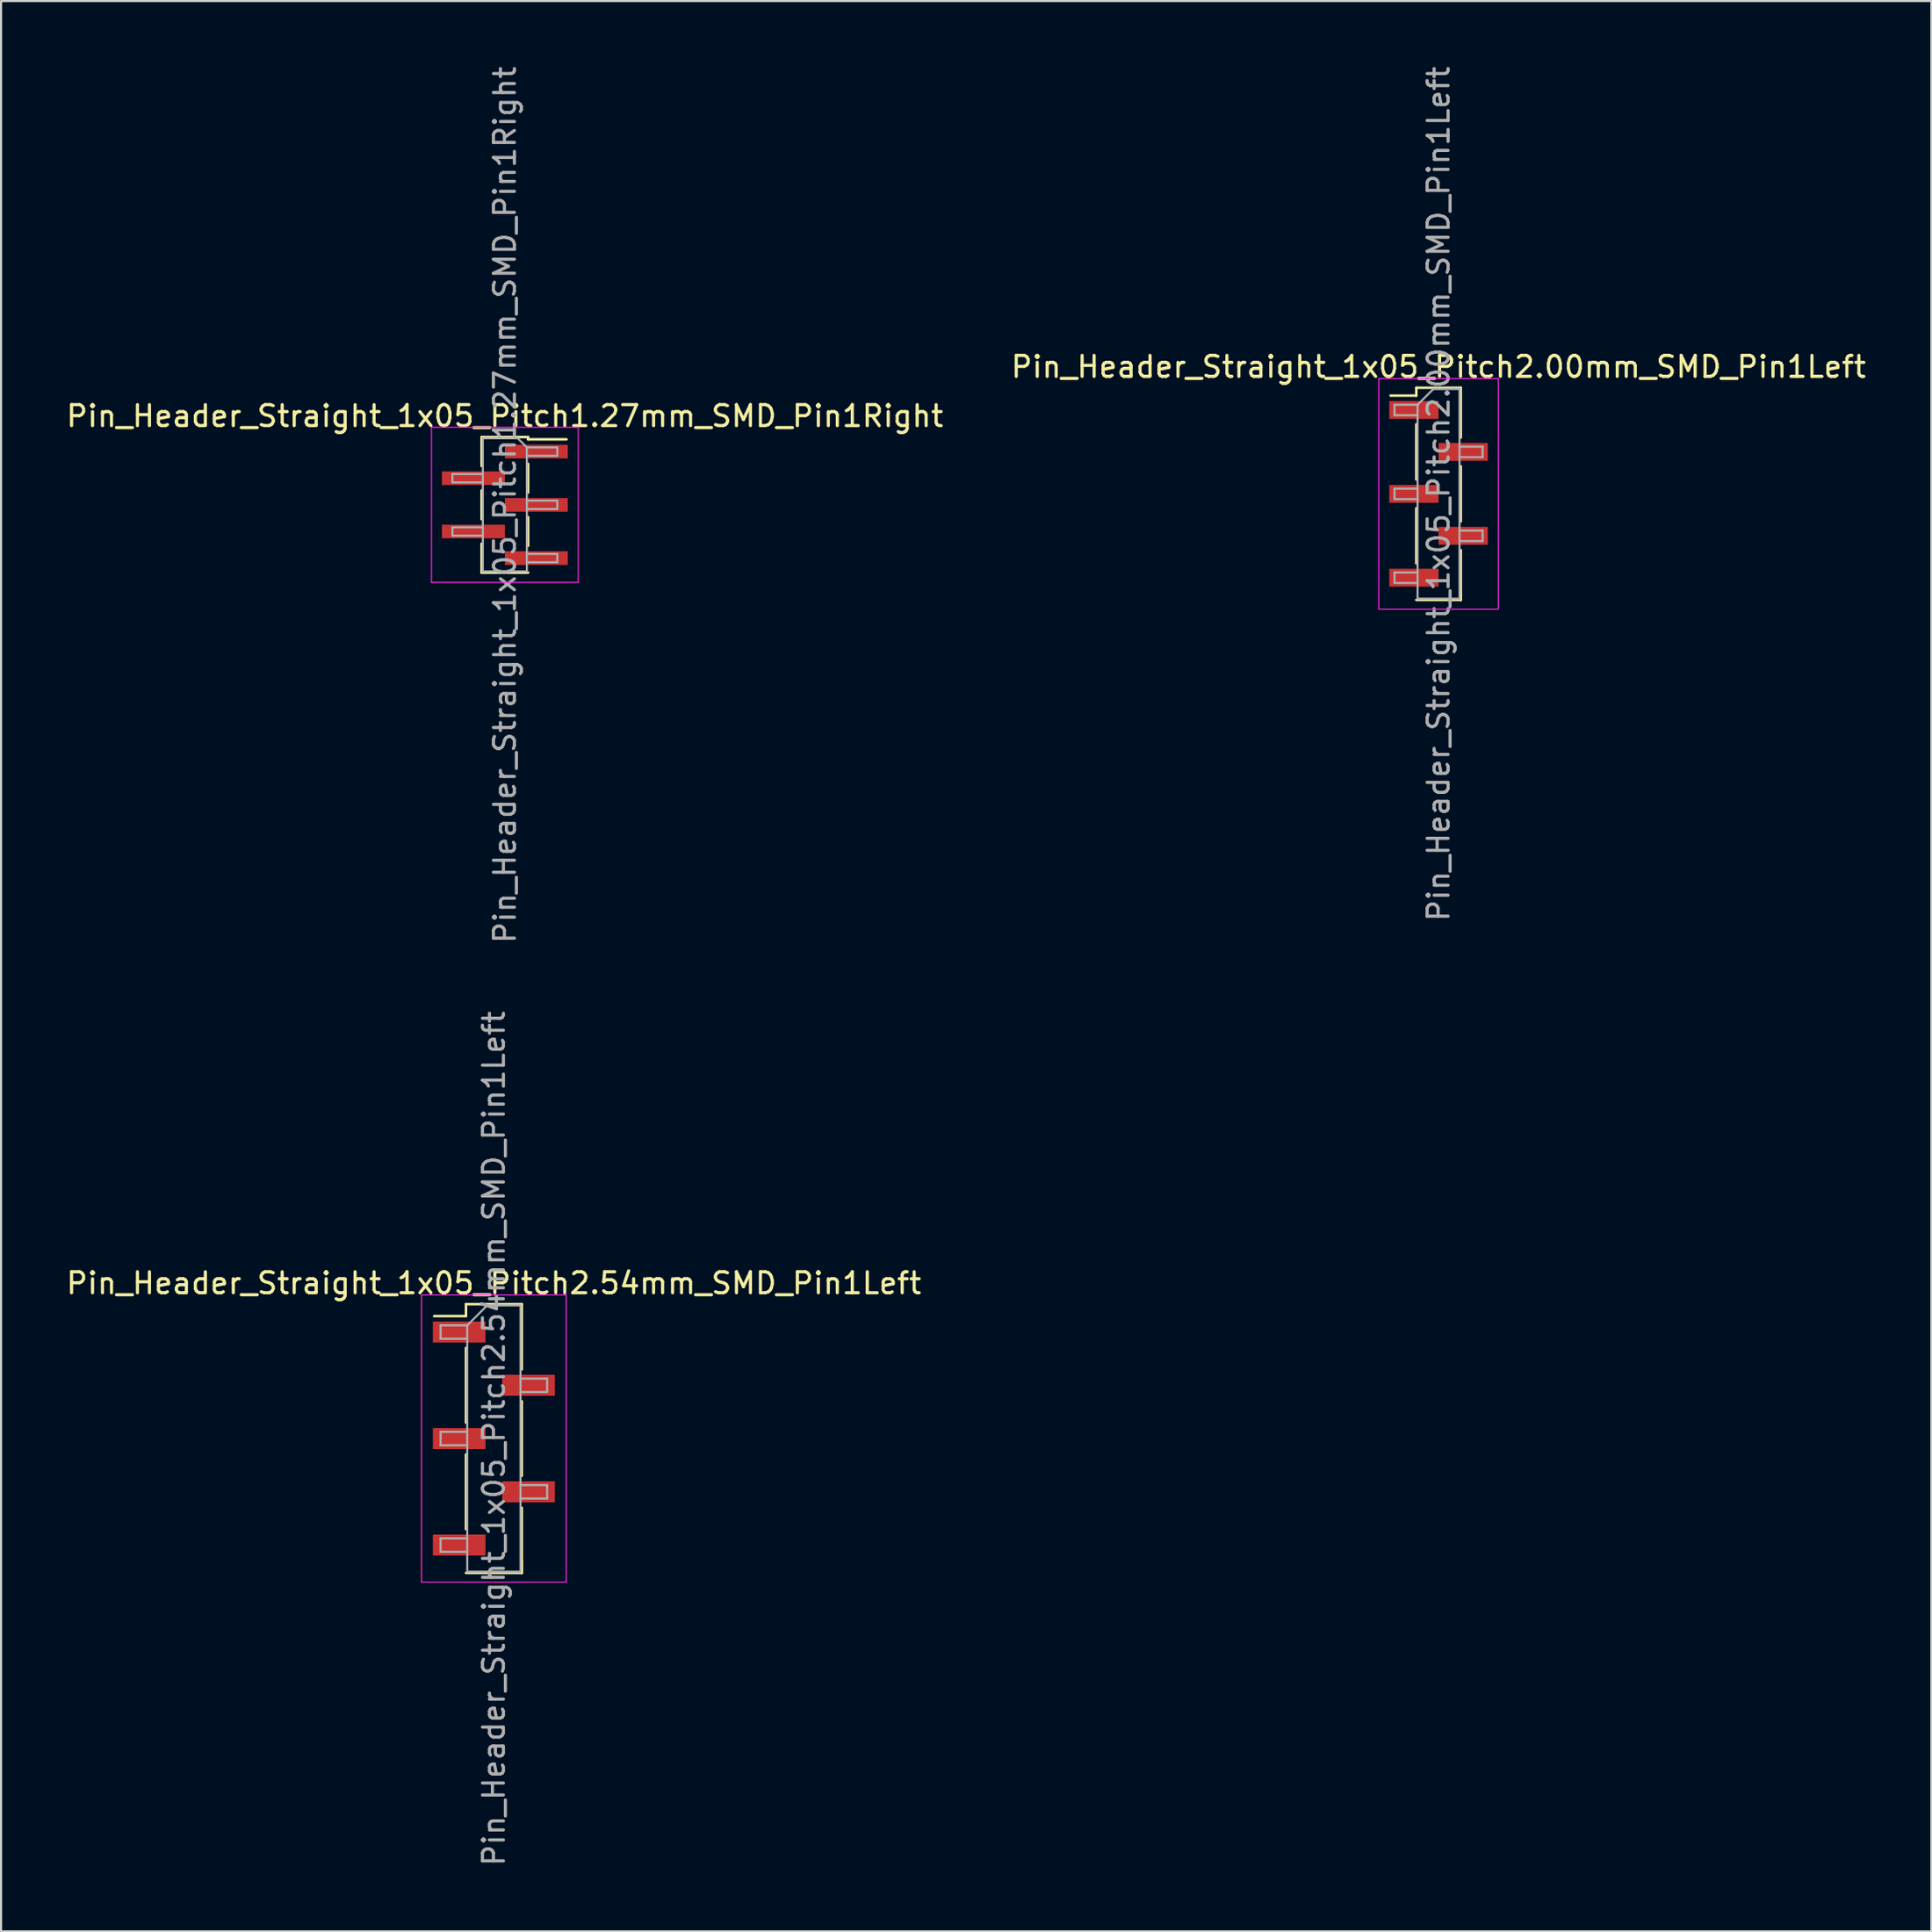
<source format=kicad_pcb>
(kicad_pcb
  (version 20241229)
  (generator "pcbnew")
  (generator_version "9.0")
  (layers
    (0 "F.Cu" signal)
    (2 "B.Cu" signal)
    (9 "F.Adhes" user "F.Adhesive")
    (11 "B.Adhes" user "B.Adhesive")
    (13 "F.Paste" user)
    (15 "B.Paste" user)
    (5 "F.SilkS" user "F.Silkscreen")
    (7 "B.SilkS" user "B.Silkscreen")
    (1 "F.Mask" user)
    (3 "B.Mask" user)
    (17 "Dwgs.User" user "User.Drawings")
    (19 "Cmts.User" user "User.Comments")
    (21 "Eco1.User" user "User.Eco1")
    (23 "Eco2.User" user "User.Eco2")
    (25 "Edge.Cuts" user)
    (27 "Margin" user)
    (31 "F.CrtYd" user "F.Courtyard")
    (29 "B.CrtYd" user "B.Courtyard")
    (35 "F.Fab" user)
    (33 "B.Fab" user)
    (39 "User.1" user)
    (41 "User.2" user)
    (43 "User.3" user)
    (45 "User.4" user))
  (footprint "Pin_Header_Straight_1x05_Pitch2.00mm_SMD_Pin1Left"
    (layer "F.Cu")
    (at 65.565 20.506)
    (property "Reference" "Pin_Header_Straight_1x05_Pitch2.00mm_SMD_Pin1Left" (at 0 -6.06 0) (layer "F.SilkS") (effects (font (size 1 1) (thickness 0.15))))
    (attr smd)
    (fp_line (start -1.06 -5.06) (end -1.06 -4.685) (stroke (width 0.12) (type solid)) (layer "F.SilkS"))
    (fp_line (start -1.06 -5.06) (end 1.06 -5.06) (stroke (width 0.12) (type solid)) (layer "F.SilkS"))
    (fp_line (start -1.06 -4.685) (end -2.29 -4.685) (stroke (width 0.12) (type solid)) (layer "F.SilkS"))
    (fp_line (start -1.06 -3.315) (end -1.06 -0.685) (stroke (width 0.12) (type solid)) (layer "F.SilkS"))
    (fp_line (start -1.06 0.685) (end -1.06 3.315) (stroke (width 0.12) (type solid)) (layer "F.SilkS"))
    (fp_line (start -1.06 5.06) (end 1.06 5.06) (stroke (width 0.12) (type solid)) (layer "F.SilkS"))
    (fp_line (start 1.06 -5.06) (end 1.06 -2.685) (stroke (width 0.12) (type solid)) (layer "F.SilkS"))
    (fp_line (start 1.06 -1.315) (end 1.06 1.315) (stroke (width 0.12) (type solid)) (layer "F.SilkS"))
    (fp_line (start 1.06 2.685) (end 1.06 5.06) (stroke (width 0.12) (type solid)) (layer "F.SilkS"))
    (fp_line (start 1.06 4.685) (end 1.06 5.06) (stroke (width 0.12) (type solid)) (layer "F.SilkS"))
    (fp_line (start -2.85 -5.5) (end -2.85 5.5) (stroke (width 0.05) (type solid)) (layer "F.CrtYd"))
    (fp_line (start -2.85 5.5) (end 2.85 5.5) (stroke (width 0.05) (type solid)) (layer "F.CrtYd"))
    (fp_line (start 2.85 -5.5) (end -2.85 -5.5) (stroke (width 0.05) (type solid)) (layer "F.CrtYd"))
    (fp_line (start 2.85 5.5) (end 2.85 -5.5) (stroke (width 0.05) (type solid)) (layer "F.CrtYd"))
    (fp_line (start -2.1 -4.25) (end -2.1 -3.75) (stroke (width 0.1) (type solid)) (layer "F.Fab"))
    (fp_line (start -2.1 -3.75) (end -1 -3.75) (stroke (width 0.1) (type solid)) (layer "F.Fab"))
    (fp_line (start -2.1 -0.25) (end -2.1 0.25) (stroke (width 0.1) (type solid)) (layer "F.Fab"))
    (fp_line (start -2.1 0.25) (end -1 0.25) (stroke (width 0.1) (type solid)) (layer "F.Fab"))
    (fp_line (start -2.1 3.75) (end -2.1 4.25) (stroke (width 0.1) (type solid)) (layer "F.Fab"))
    (fp_line (start -2.1 4.25) (end -1 4.25) (stroke (width 0.1) (type solid)) (layer "F.Fab"))
    (fp_line (start -1 -4.25) (end -2.1 -4.25) (stroke (width 0.1) (type solid)) (layer "F.Fab"))
    (fp_line (start -1 -4.25) (end -0.25 -5) (stroke (width 0.1) (type solid)) (layer "F.Fab"))
    (fp_line (start -1 -0.25) (end -2.1 -0.25) (stroke (width 0.1) (type solid)) (layer "F.Fab"))
    (fp_line (start -1 3.75) (end -2.1 3.75) (stroke (width 0.1) (type solid)) (layer "F.Fab"))
    (fp_line (start -1 5) (end -1 -4.25) (stroke (width 0.1) (type solid)) (layer "F.Fab"))
    (fp_line (start -0.25 -5) (end 1 -5) (stroke (width 0.1) (type solid)) (layer "F.Fab"))
    (fp_line (start 1 -5) (end 1 5) (stroke (width 0.1) (type solid)) (layer "F.Fab"))
    (fp_line (start 1 -2.25) (end 2.1 -2.25) (stroke (width 0.1) (type solid)) (layer "F.Fab"))
    (fp_line (start 1 1.75) (end 2.1 1.75) (stroke (width 0.1) (type solid)) (layer "F.Fab"))
    (fp_line (start 1 5) (end -1 5) (stroke (width 0.1) (type solid)) (layer "F.Fab"))
    (fp_line (start 2.1 -2.25) (end 2.1 -1.75) (stroke (width 0.1) (type solid)) (layer "F.Fab"))
    (fp_line (start 2.1 -1.75) (end 1 -1.75) (stroke (width 0.1) (type solid)) (layer "F.Fab"))
    (fp_line (start 2.1 1.75) (end 2.1 2.25) (stroke (width 0.1) (type solid)) (layer "F.Fab"))
    (fp_line (start 2.1 2.25) (end 1 2.25) (stroke (width 0.1) (type solid)) (layer "F.Fab"))
    (fp_text user "${REFERENCE}" (at 0 0 90) (layer "F.Fab") (effects (font (size 1 1) (thickness 0.15))))
    (pad "1" smd rect (at -1.175 -4) (size 2.35 0.85) (layers "F.Cu" "F.Mask" "F.Paste"))
    (pad "2" smd rect (at 1.175 -2) (size 2.35 0.85) (layers "F.Cu" "F.Mask" "F.Paste"))
    (pad "3" smd rect (at -1.175 0) (size 2.35 0.85) (layers "F.Cu" "F.Mask" "F.Paste"))
    (pad "4" smd rect (at 1.175 2) (size 2.35 0.85) (layers "F.Cu" "F.Mask" "F.Paste"))
    (pad "5" smd rect (at -1.175 4) (size 2.35 0.85) (layers "F.Cu" "F.Mask" "F.Paste")))
  (footprint "Pin_Header_Straight_1x05_Pitch2.54mm_SMD_Pin1Left"
    (layer "F.Cu")
    (at 20.506 65.565)
    (property "Reference" "Pin_Header_Straight_1x05_Pitch2.54mm_SMD_Pin1Left" (at 0 -7.41 0) (layer "F.SilkS") (effects (font (size 1 1) (thickness 0.15))))
    (attr smd)
    (fp_line (start -1.33 -6.41) (end -1.33 -5.84) (stroke (width 0.12) (type solid)) (layer "F.SilkS"))
    (fp_line (start -1.33 -6.41) (end 1.33 -6.41) (stroke (width 0.12) (type solid)) (layer "F.SilkS"))
    (fp_line (start -1.33 -5.84) (end -2.85 -5.84) (stroke (width 0.12) (type solid)) (layer "F.SilkS"))
    (fp_line (start -1.33 -4.32) (end -1.33 -0.76) (stroke (width 0.12) (type solid)) (layer "F.SilkS"))
    (fp_line (start -1.33 0.76) (end -1.33 4.32) (stroke (width 0.12) (type solid)) (layer "F.SilkS"))
    (fp_line (start -1.33 6.41) (end 1.33 6.41) (stroke (width 0.12) (type solid)) (layer "F.SilkS"))
    (fp_line (start 1.33 -6.41) (end 1.33 -3.3) (stroke (width 0.12) (type solid)) (layer "F.SilkS"))
    (fp_line (start 1.33 -1.78) (end 1.33 1.78) (stroke (width 0.12) (type solid)) (layer "F.SilkS"))
    (fp_line (start 1.33 3.3) (end 1.33 6.41) (stroke (width 0.12) (type solid)) (layer "F.SilkS"))
    (fp_line (start 1.33 5.84) (end 1.33 6.41) (stroke (width 0.12) (type solid)) (layer "F.SilkS"))
    (fp_line (start -3.45 -6.85) (end -3.45 6.85) (stroke (width 0.05) (type solid)) (layer "F.CrtYd"))
    (fp_line (start -3.45 6.85) (end 3.45 6.85) (stroke (width 0.05) (type solid)) (layer "F.CrtYd"))
    (fp_line (start 3.45 -6.85) (end -3.45 -6.85) (stroke (width 0.05) (type solid)) (layer "F.CrtYd"))
    (fp_line (start 3.45 6.85) (end 3.45 -6.85) (stroke (width 0.05) (type solid)) (layer "F.CrtYd"))
    (fp_line (start -2.54 -5.4) (end -2.54 -4.76) (stroke (width 0.1) (type solid)) (layer "F.Fab"))
    (fp_line (start -2.54 -4.76) (end -1.27 -4.76) (stroke (width 0.1) (type solid)) (layer "F.Fab"))
    (fp_line (start -2.54 -0.32) (end -2.54 0.32) (stroke (width 0.1) (type solid)) (layer "F.Fab"))
    (fp_line (start -2.54 0.32) (end -1.27 0.32) (stroke (width 0.1) (type solid)) (layer "F.Fab"))
    (fp_line (start -2.54 4.76) (end -2.54 5.4) (stroke (width 0.1) (type solid)) (layer "F.Fab"))
    (fp_line (start -2.54 5.4) (end -1.27 5.4) (stroke (width 0.1) (type solid)) (layer "F.Fab"))
    (fp_line (start -1.27 -5.4) (end -2.54 -5.4) (stroke (width 0.1) (type solid)) (layer "F.Fab"))
    (fp_line (start -1.27 -5.4) (end -0.32 -6.35) (stroke (width 0.1) (type solid)) (layer "F.Fab"))
    (fp_line (start -1.27 -0.32) (end -2.54 -0.32) (stroke (width 0.1) (type solid)) (layer "F.Fab"))
    (fp_line (start -1.27 4.76) (end -2.54 4.76) (stroke (width 0.1) (type solid)) (layer "F.Fab"))
    (fp_line (start -1.27 6.35) (end -1.27 -5.4) (stroke (width 0.1) (type solid)) (layer "F.Fab"))
    (fp_line (start -0.32 -6.35) (end 1.27 -6.35) (stroke (width 0.1) (type solid)) (layer "F.Fab"))
    (fp_line (start 1.27 -6.35) (end 1.27 6.35) (stroke (width 0.1) (type solid)) (layer "F.Fab"))
    (fp_line (start 1.27 -2.86) (end 2.54 -2.86) (stroke (width 0.1) (type solid)) (layer "F.Fab"))
    (fp_line (start 1.27 2.22) (end 2.54 2.22) (stroke (width 0.1) (type solid)) (layer "F.Fab"))
    (fp_line (start 1.27 6.35) (end -1.27 6.35) (stroke (width 0.1) (type solid)) (layer "F.Fab"))
    (fp_line (start 2.54 -2.86) (end 2.54 -2.22) (stroke (width 0.1) (type solid)) (layer "F.Fab"))
    (fp_line (start 2.54 -2.22) (end 1.27 -2.22) (stroke (width 0.1) (type solid)) (layer "F.Fab"))
    (fp_line (start 2.54 2.22) (end 2.54 2.86) (stroke (width 0.1) (type solid)) (layer "F.Fab"))
    (fp_line (start 2.54 2.86) (end 1.27 2.86) (stroke (width 0.1) (type solid)) (layer "F.Fab"))
    (fp_text user "${REFERENCE}" (at 0 0 90) (layer "F.Fab") (effects (font (size 1 1) (thickness 0.15))))
    (pad "1" smd rect (at -1.655 -5.08) (size 2.51 1) (layers "F.Cu" "F.Mask" "F.Paste"))
    (pad "2" smd rect (at 1.655 -2.54) (size 2.51 1) (layers "F.Cu" "F.Mask" "F.Paste"))
    (pad "3" smd rect (at -1.655 0) (size 2.51 1) (layers "F.Cu" "F.Mask" "F.Paste"))
    (pad "4" smd rect (at 1.655 2.54) (size 2.51 1) (layers "F.Cu" "F.Mask" "F.Paste"))
    (pad "5" smd rect (at -1.655 5.08) (size 2.51 1) (layers "F.Cu" "F.Mask" "F.Paste")))
  (footprint "Pin_Header_Straight_1x05_Pitch1.27mm_SMD_Pin1Right"
    (layer "F.Cu")
    (at 21.03 21.03)
    (property "Reference" "Pin_Header_Straight_1x05_Pitch1.27mm_SMD_Pin1Right" (at 0 -4.235 0) (layer "F.SilkS") (effects (font (size 1 1) (thickness 0.15))))
    (attr smd)
    (fp_line (start -1.11 -3.235) (end 1.11 -3.235) (stroke (width 0.12) (type solid)) (layer "F.SilkS"))
    (fp_line (start -1.11 -3.225) (end -1.11 -1.855) (stroke (width 0.12) (type solid)) (layer "F.SilkS"))
    (fp_line (start -1.11 -0.685) (end -1.11 0.685) (stroke (width 0.12) (type solid)) (layer "F.SilkS"))
    (fp_line (start -1.11 1.855) (end -1.11 3.225) (stroke (width 0.12) (type solid)) (layer "F.SilkS"))
    (fp_line (start -1.11 3.125) (end -1.11 3.235) (stroke (width 0.12) (type solid)) (layer "F.SilkS"))
    (fp_line (start -1.11 3.235) (end 1.11 3.235) (stroke (width 0.12) (type solid)) (layer "F.SilkS"))
    (fp_line (start 1.11 -3.235) (end 1.11 -3.125) (stroke (width 0.12) (type solid)) (layer "F.SilkS"))
    (fp_line (start 1.11 -3.125) (end 2.94 -3.125) (stroke (width 0.12) (type solid)) (layer "F.SilkS"))
    (fp_line (start 1.11 -1.955) (end 1.11 -0.585) (stroke (width 0.12) (type solid)) (layer "F.SilkS"))
    (fp_line (start 1.11 0.585) (end 1.11 1.955) (stroke (width 0.12) (type solid)) (layer "F.SilkS"))
    (fp_line (start -3.5 -3.7) (end -3.5 3.7) (stroke (width 0.05) (type solid)) (layer "F.CrtYd"))
    (fp_line (start -3.5 3.7) (end 3.5 3.7) (stroke (width 0.05) (type solid)) (layer "F.CrtYd"))
    (fp_line (start 3.5 -3.7) (end -3.5 -3.7) (stroke (width 0.05) (type solid)) (layer "F.CrtYd"))
    (fp_line (start 3.5 3.7) (end 3.5 -3.7) (stroke (width 0.05) (type solid)) (layer "F.CrtYd"))
    (fp_line (start -2.5 -1.47) (end -2.5 -1.07) (stroke (width 0.1) (type solid)) (layer "F.Fab"))
    (fp_line (start -2.5 -1.07) (end -1.05 -1.07) (stroke (width 0.1) (type solid)) (layer "F.Fab"))
    (fp_line (start -2.5 1.07) (end -2.5 1.47) (stroke (width 0.1) (type solid)) (layer "F.Fab"))
    (fp_line (start -2.5 1.47) (end -1.05 1.47) (stroke (width 0.1) (type solid)) (layer "F.Fab"))
    (fp_line (start -1.05 -3.175) (end -1.05 3.175) (stroke (width 0.1) (type solid)) (layer "F.Fab"))
    (fp_line (start -1.05 -3.175) (end 0.615 -3.175) (stroke (width 0.1) (type solid)) (layer "F.Fab"))
    (fp_line (start -1.05 -1.47) (end -2.5 -1.47) (stroke (width 0.1) (type solid)) (layer "F.Fab"))
    (fp_line (start -1.05 1.07) (end -2.5 1.07) (stroke (width 0.1) (type solid)) (layer "F.Fab"))
    (fp_line (start 1.05 -2.74) (end 0.615 -3.175) (stroke (width 0.1) (type solid)) (layer "F.Fab"))
    (fp_line (start 1.05 -2.74) (end 2.5 -2.74) (stroke (width 0.1) (type solid)) (layer "F.Fab"))
    (fp_line (start 1.05 -0.2) (end 2.5 -0.2) (stroke (width 0.1) (type solid)) (layer "F.Fab"))
    (fp_line (start 1.05 2.34) (end 2.5 2.34) (stroke (width 0.1) (type solid)) (layer "F.Fab"))
    (fp_line (start 1.05 3.175) (end -1.05 3.175) (stroke (width 0.1) (type solid)) (layer "F.Fab"))
    (fp_line (start 1.05 3.175) (end 1.05 -2.74) (stroke (width 0.1) (type solid)) (layer "F.Fab"))
    (fp_line (start 2.5 -2.74) (end 2.5 -2.34) (stroke (width 0.1) (type solid)) (layer "F.Fab"))
    (fp_line (start 2.5 -2.34) (end 1.05 -2.34) (stroke (width 0.1) (type solid)) (layer "F.Fab"))
    (fp_line (start 2.5 -0.2) (end 2.5 0.2) (stroke (width 0.1) (type solid)) (layer "F.Fab"))
    (fp_line (start 2.5 0.2) (end 1.05 0.2) (stroke (width 0.1) (type solid)) (layer "F.Fab"))
    (fp_line (start 2.5 2.34) (end 2.5 2.74) (stroke (width 0.1) (type solid)) (layer "F.Fab"))
    (fp_line (start 2.5 2.74) (end 1.05 2.74) (stroke (width 0.1) (type solid)) (layer "F.Fab"))
    (fp_text user "${REFERENCE}" (at 0 0 90) (layer "F.Fab") (effects (font (size 1 1) (thickness 0.15))))
    (pad "1" smd rect (at 1.5 -2.54) (size 3 0.65) (layers "F.Cu" "F.Mask" "F.Paste"))
    (pad "2" smd rect (at -1.5 -1.27) (size 3 0.65) (layers "F.Cu" "F.Mask" "F.Paste"))
    (pad "3" smd rect (at 1.5 0) (size 3 0.65) (layers "F.Cu" "F.Mask" "F.Paste"))
    (pad "4" smd rect (at -1.5 1.27) (size 3 0.65) (layers "F.Cu" "F.Mask" "F.Paste"))
    (pad "5" smd rect (at 1.5 2.54) (size 3 0.65) (layers "F.Cu" "F.Mask" "F.Paste")))
  (gr_rect
    (start -3 -3)
    (end 89.071 89.071)
    (stroke (width 0.1) (type default))
    (fill no)
    (layer "Edge.Cuts")))
</source>
